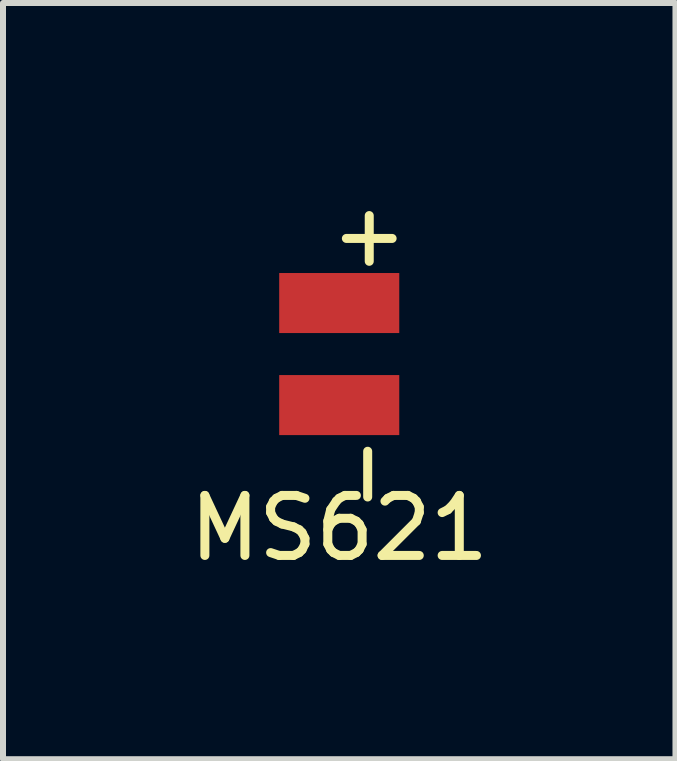
<source format=kicad_pcb>
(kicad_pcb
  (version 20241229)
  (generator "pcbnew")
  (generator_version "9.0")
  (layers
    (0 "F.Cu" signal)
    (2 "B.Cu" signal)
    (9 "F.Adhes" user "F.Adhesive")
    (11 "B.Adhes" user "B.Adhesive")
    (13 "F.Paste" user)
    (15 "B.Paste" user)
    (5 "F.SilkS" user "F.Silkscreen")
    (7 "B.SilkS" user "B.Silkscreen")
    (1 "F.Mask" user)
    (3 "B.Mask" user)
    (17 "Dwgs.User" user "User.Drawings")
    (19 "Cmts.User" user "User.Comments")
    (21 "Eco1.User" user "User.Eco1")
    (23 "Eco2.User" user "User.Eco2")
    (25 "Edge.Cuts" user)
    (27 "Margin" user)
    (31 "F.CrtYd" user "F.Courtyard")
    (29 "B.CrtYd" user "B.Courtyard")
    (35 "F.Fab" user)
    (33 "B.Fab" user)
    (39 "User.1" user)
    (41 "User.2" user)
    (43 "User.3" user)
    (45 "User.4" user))
  (footprint "MS621"
    (layer "F.Cu")
    (at 2.601 2.848)
    (property "Reference" "MS621" (at 0 2.9 0) (layer "F.SilkS") (effects (font (size 1 1) (thickness 0.15))))
    (attr through_hole)
    (fp_text user "-" (at 0.4 2 90) (layer "F.SilkS") (effects (font (size 1 1) (thickness 0.15))))
    (fp_text user "+" (at 0.5 -2 0) (layer "F.SilkS") (effects (font (size 1 1) (thickness 0.15))))
    (pad "1" smd rect (at 0 -0.85) (size 2 1) (layers "F.Cu" "F.Mask"))
    (pad "2" smd rect (at 0 0.85) (size 2 1) (layers "F.Cu" "F.Mask")))
  (gr_rect
    (start -3 -3)
    (end 8.202 9.597)
    (stroke (width 0.1) (type default))
    (fill no)
    (layer "Edge.Cuts")))
</source>
